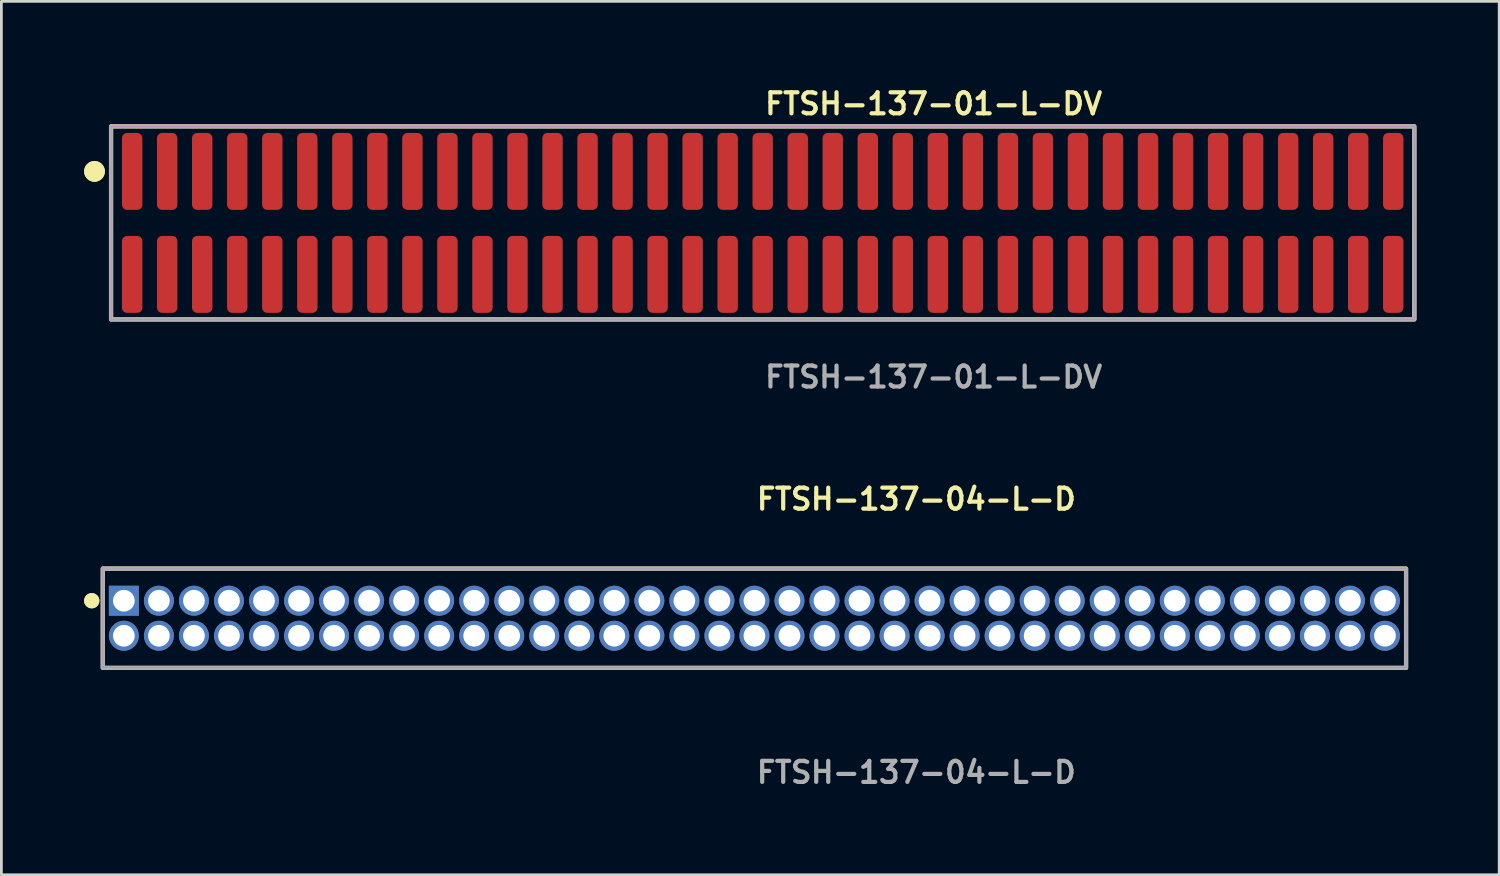
<source format=kicad_pcb>
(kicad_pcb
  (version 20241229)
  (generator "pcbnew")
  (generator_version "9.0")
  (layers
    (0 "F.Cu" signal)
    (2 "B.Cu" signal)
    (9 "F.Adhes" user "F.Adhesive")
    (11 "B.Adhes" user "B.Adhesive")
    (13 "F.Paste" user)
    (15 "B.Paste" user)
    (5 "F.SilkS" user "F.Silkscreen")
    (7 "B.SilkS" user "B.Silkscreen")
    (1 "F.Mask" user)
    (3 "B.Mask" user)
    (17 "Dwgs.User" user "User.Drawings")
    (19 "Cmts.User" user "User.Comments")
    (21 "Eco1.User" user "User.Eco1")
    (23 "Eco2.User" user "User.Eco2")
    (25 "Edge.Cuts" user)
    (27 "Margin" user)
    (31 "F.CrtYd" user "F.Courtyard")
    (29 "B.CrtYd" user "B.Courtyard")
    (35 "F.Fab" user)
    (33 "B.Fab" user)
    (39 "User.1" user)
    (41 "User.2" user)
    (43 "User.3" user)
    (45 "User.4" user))
  (footprint "FTSH-137-04-L-D"
    (layer "F.Cu")
    (at 24.301 19.364)
    (property "Reference" "FTSH-137-04-L-D" (at 0 -4.318 0) (unlocked yes) (layer "F.SilkS") (effects (font (size 0.762 0.762) (thickness 0.152)) (justify left)))
    (fp_rect (start -23.625 1.8) (end 23.625 -1.8) (stroke (width 0.152) (type solid)) (fill no) (layer "F.SilkS"))
    (fp_circle (center -24.025 -0.635) (end -24.225 -0.635) (stroke (width 0.152) (type solid)) (fill yes) (layer "F.SilkS"))
    (fp_circle (center -24.025 -0.635) (end -24.225 -0.635) (stroke (width 0.152) (type solid)) (fill yes) (layer "F.SilkS"))
    (fp_rect (start -23.625 1.8) (end 23.625 -1.8) (stroke (width 0.006) (type solid)) (fill no) (layer "F.CrtYd"))
    (fp_rect (start -23.625 1.8) (end 23.625 -1.8) (stroke (width 0.152) (type solid)) (fill no) (layer "F.Fab"))
    (fp_text user "${REFERENCE}" (at 0 5.588 0) (unlocked yes) (layer "F.Fab") (effects (font (size 0.762 0.762) (thickness 0.152)) (justify left)))
    (pad "1" thru_hole rect (at -22.86 -0.635) (size 1.087 1.087) (drill 0.787) (layers "*.Cu" "*.Mask"))
    (pad "2" thru_hole circle (at -22.86 0.635) (size 1.087 1.087) (drill 0.787) (layers "*.Cu" "*.Mask"))
    (pad "3" thru_hole circle (at -21.59 -0.635) (size 1.087 1.087) (drill 0.787) (layers "*.Cu" "*.Mask"))
    (pad "4" thru_hole circle (at -21.59 0.635) (size 1.087 1.087) (drill 0.787) (layers "*.Cu" "*.Mask"))
    (pad "5" thru_hole circle (at -20.32 -0.635) (size 1.087 1.087) (drill 0.787) (layers "*.Cu" "*.Mask"))
    (pad "6" thru_hole circle (at -20.32 0.635) (size 1.087 1.087) (drill 0.787) (layers "*.Cu" "*.Mask"))
    (pad "7" thru_hole circle (at -19.05 -0.635) (size 1.087 1.087) (drill 0.787) (layers "*.Cu" "*.Mask"))
    (pad "8" thru_hole circle (at -19.05 0.635) (size 1.087 1.087) (drill 0.787) (layers "*.Cu" "*.Mask"))
    (pad "9" thru_hole circle (at -17.78 -0.635) (size 1.087 1.087) (drill 0.787) (layers "*.Cu" "*.Mask"))
    (pad "10" thru_hole circle (at -17.78 0.635) (size 1.087 1.087) (drill 0.787) (layers "*.Cu" "*.Mask"))
    (pad "11" thru_hole circle (at -16.51 -0.635) (size 1.087 1.087) (drill 0.787) (layers "*.Cu" "*.Mask"))
    (pad "12" thru_hole circle (at -16.51 0.635) (size 1.087 1.087) (drill 0.787) (layers "*.Cu" "*.Mask"))
    (pad "13" thru_hole circle (at -15.24 -0.635) (size 1.087 1.087) (drill 0.787) (layers "*.Cu" "*.Mask"))
    (pad "14" thru_hole circle (at -15.24 0.635) (size 1.087 1.087) (drill 0.787) (layers "*.Cu" "*.Mask"))
    (pad "15" thru_hole circle (at -13.97 -0.635) (size 1.087 1.087) (drill 0.787) (layers "*.Cu" "*.Mask"))
    (pad "16" thru_hole circle (at -13.97 0.635) (size 1.087 1.087) (drill 0.787) (layers "*.Cu" "*.Mask"))
    (pad "17" thru_hole circle (at -12.7 -0.635) (size 1.087 1.087) (drill 0.787) (layers "*.Cu" "*.Mask"))
    (pad "18" thru_hole circle (at -12.7 0.635) (size 1.087 1.087) (drill 0.787) (layers "*.Cu" "*.Mask"))
    (pad "19" thru_hole circle (at -11.43 -0.635) (size 1.087 1.087) (drill 0.787) (layers "*.Cu" "*.Mask"))
    (pad "20" thru_hole circle (at -11.43 0.635) (size 1.087 1.087) (drill 0.787) (layers "*.Cu" "*.Mask"))
    (pad "21" thru_hole circle (at -10.16 -0.635) (size 1.087 1.087) (drill 0.787) (layers "*.Cu" "*.Mask"))
    (pad "22" thru_hole circle (at -10.16 0.635) (size 1.087 1.087) (drill 0.787) (layers "*.Cu" "*.Mask"))
    (pad "23" thru_hole circle (at -8.89 -0.635) (size 1.087 1.087) (drill 0.787) (layers "*.Cu" "*.Mask"))
    (pad "24" thru_hole circle (at -8.89 0.635) (size 1.087 1.087) (drill 0.787) (layers "*.Cu" "*.Mask"))
    (pad "25" thru_hole circle (at -7.62 -0.635) (size 1.087 1.087) (drill 0.787) (layers "*.Cu" "*.Mask"))
    (pad "26" thru_hole circle (at -7.62 0.635) (size 1.087 1.087) (drill 0.787) (layers "*.Cu" "*.Mask"))
    (pad "27" thru_hole circle (at -6.35 -0.635) (size 1.087 1.087) (drill 0.787) (layers "*.Cu" "*.Mask"))
    (pad "28" thru_hole circle (at -6.35 0.635) (size 1.087 1.087) (drill 0.787) (layers "*.Cu" "*.Mask"))
    (pad "29" thru_hole circle (at -5.08 -0.635) (size 1.087 1.087) (drill 0.787) (layers "*.Cu" "*.Mask"))
    (pad "30" thru_hole circle (at -5.08 0.635) (size 1.087 1.087) (drill 0.787) (layers "*.Cu" "*.Mask"))
    (pad "31" thru_hole circle (at -3.81 -0.635) (size 1.087 1.087) (drill 0.787) (layers "*.Cu" "*.Mask"))
    (pad "32" thru_hole circle (at -3.81 0.635) (size 1.087 1.087) (drill 0.787) (layers "*.Cu" "*.Mask"))
    (pad "33" thru_hole circle (at -2.54 -0.635) (size 1.087 1.087) (drill 0.787) (layers "*.Cu" "*.Mask"))
    (pad "34" thru_hole circle (at -2.54 0.635) (size 1.087 1.087) (drill 0.787) (layers "*.Cu" "*.Mask"))
    (pad "35" thru_hole circle (at -1.27 -0.635) (size 1.087 1.087) (drill 0.787) (layers "*.Cu" "*.Mask"))
    (pad "36" thru_hole circle (at -1.27 0.635) (size 1.087 1.087) (drill 0.787) (layers "*.Cu" "*.Mask"))
    (pad "37" thru_hole circle (at 0 -0.635) (size 1.087 1.087) (drill 0.787) (layers "*.Cu" "*.Mask"))
    (pad "38" thru_hole circle (at 0 0.635) (size 1.087 1.087) (drill 0.787) (layers "*.Cu" "*.Mask"))
    (pad "39" thru_hole circle (at 1.27 -0.635) (size 1.087 1.087) (drill 0.787) (layers "*.Cu" "*.Mask"))
    (pad "40" thru_hole circle (at 1.27 0.635) (size 1.087 1.087) (drill 0.787) (layers "*.Cu" "*.Mask"))
    (pad "41" thru_hole circle (at 2.54 -0.635) (size 1.087 1.087) (drill 0.787) (layers "*.Cu" "*.Mask"))
    (pad "42" thru_hole circle (at 2.54 0.635) (size 1.087 1.087) (drill 0.787) (layers "*.Cu" "*.Mask"))
    (pad "43" thru_hole circle (at 3.81 -0.635) (size 1.087 1.087) (drill 0.787) (layers "*.Cu" "*.Mask"))
    (pad "44" thru_hole circle (at 3.81 0.635) (size 1.087 1.087) (drill 0.787) (layers "*.Cu" "*.Mask"))
    (pad "45" thru_hole circle (at 5.08 -0.635) (size 1.087 1.087) (drill 0.787) (layers "*.Cu" "*.Mask"))
    (pad "46" thru_hole circle (at 5.08 0.635) (size 1.087 1.087) (drill 0.787) (layers "*.Cu" "*.Mask"))
    (pad "47" thru_hole circle (at 6.35 -0.635) (size 1.087 1.087) (drill 0.787) (layers "*.Cu" "*.Mask"))
    (pad "48" thru_hole circle (at 6.35 0.635) (size 1.087 1.087) (drill 0.787) (layers "*.Cu" "*.Mask"))
    (pad "49" thru_hole circle (at 7.62 -0.635) (size 1.087 1.087) (drill 0.787) (layers "*.Cu" "*.Mask"))
    (pad "50" thru_hole circle (at 7.62 0.635) (size 1.087 1.087) (drill 0.787) (layers "*.Cu" "*.Mask"))
    (pad "51" thru_hole circle (at 8.89 -0.635) (size 1.087 1.087) (drill 0.787) (layers "*.Cu" "*.Mask"))
    (pad "52" thru_hole circle (at 8.89 0.635) (size 1.087 1.087) (drill 0.787) (layers "*.Cu" "*.Mask"))
    (pad "53" thru_hole circle (at 10.16 -0.635) (size 1.087 1.087) (drill 0.787) (layers "*.Cu" "*.Mask"))
    (pad "54" thru_hole circle (at 10.16 0.635) (size 1.087 1.087) (drill 0.787) (layers "*.Cu" "*.Mask"))
    (pad "55" thru_hole circle (at 11.43 -0.635) (size 1.087 1.087) (drill 0.787) (layers "*.Cu" "*.Mask"))
    (pad "56" thru_hole circle (at 11.43 0.635) (size 1.087 1.087) (drill 0.787) (layers "*.Cu" "*.Mask"))
    (pad "57" thru_hole circle (at 12.7 -0.635) (size 1.087 1.087) (drill 0.787) (layers "*.Cu" "*.Mask"))
    (pad "58" thru_hole circle (at 12.7 0.635) (size 1.087 1.087) (drill 0.787) (layers "*.Cu" "*.Mask"))
    (pad "59" thru_hole circle (at 13.97 -0.635) (size 1.087 1.087) (drill 0.787) (layers "*.Cu" "*.Mask"))
    (pad "60" thru_hole circle (at 13.97 0.635) (size 1.087 1.087) (drill 0.787) (layers "*.Cu" "*.Mask"))
    (pad "61" thru_hole circle (at 15.24 -0.635) (size 1.087 1.087) (drill 0.787) (layers "*.Cu" "*.Mask"))
    (pad "62" thru_hole circle (at 15.24 0.635) (size 1.087 1.087) (drill 0.787) (layers "*.Cu" "*.Mask"))
    (pad "63" thru_hole circle (at 16.51 -0.635) (size 1.087 1.087) (drill 0.787) (layers "*.Cu" "*.Mask"))
    (pad "64" thru_hole circle (at 16.51 0.635) (size 1.087 1.087) (drill 0.787) (layers "*.Cu" "*.Mask"))
    (pad "65" thru_hole circle (at 17.78 -0.635) (size 1.087 1.087) (drill 0.787) (layers "*.Cu" "*.Mask"))
    (pad "66" thru_hole circle (at 17.78 0.635) (size 1.087 1.087) (drill 0.787) (layers "*.Cu" "*.Mask"))
    (pad "67" thru_hole circle (at 19.05 -0.635) (size 1.087 1.087) (drill 0.787) (layers "*.Cu" "*.Mask"))
    (pad "68" thru_hole circle (at 19.05 0.635) (size 1.087 1.087) (drill 0.787) (layers "*.Cu" "*.Mask"))
    (pad "69" thru_hole circle (at 20.32 -0.635) (size 1.087 1.087) (drill 0.787) (layers "*.Cu" "*.Mask"))
    (pad "70" thru_hole circle (at 20.32 0.635) (size 1.087 1.087) (drill 0.787) (layers "*.Cu" "*.Mask"))
    (pad "71" thru_hole circle (at 21.59 -0.635) (size 1.087 1.087) (drill 0.787) (layers "*.Cu" "*.Mask"))
    (pad "72" thru_hole circle (at 21.59 0.635) (size 1.087 1.087) (drill 0.787) (layers "*.Cu" "*.Mask"))
    (pad "73" thru_hole circle (at 22.86 -0.635) (size 1.087 1.087) (drill 0.787) (layers "*.Cu" "*.Mask"))
    (pad "74" thru_hole circle (at 22.86 0.635) (size 1.087 1.087) (drill 0.787) (layers "*.Cu" "*.Mask")))
  (footprint "FTSH-137-01-L-DV"
    (layer "F.Cu")
    (at 24.601 5.031)
    (property "Reference" "FTSH-137-01-L-DV" (at 0 -4.318 0) (unlocked yes) (layer "F.SilkS") (effects (font (size 0.762 0.762) (thickness 0.152)) (justify left)))
    (fp_rect (start -23.625 3.5) (end 23.625 -3.5) (stroke (width 0.152) (type solid)) (fill no) (layer "F.SilkS"))
    (fp_circle (center -24.225 -1.867) (end -24.525 -1.867) (stroke (width 0.152) (type solid)) (fill yes) (layer "F.SilkS"))
    (fp_circle (center -24.225 -1.867) (end -24.525 -1.867) (stroke (width 0.152) (type solid)) (fill yes) (layer "F.SilkS"))
    (fp_rect (start -23.625 3.5) (end 23.625 -3.5) (stroke (width 0.006) (type solid)) (fill no) (layer "F.CrtYd"))
    (fp_rect (start -23.625 3.5) (end 23.625 -3.5) (stroke (width 0.152) (type solid)) (fill no) (layer "F.Fab"))
    (fp_text user "${REFERENCE}" (at 0 5.588 0) (unlocked yes) (layer "F.Fab") (effects (font (size 0.762 0.762) (thickness 0.152)) (justify left)))
    (pad "1" smd roundrect (at -22.86 -1.867) (size 0.74 2.79) (layers "F.Cu" "F.Paste") (roundrect_rratio 0.25))
    (pad "2" smd roundrect (at -22.86 1.867) (size 0.74 2.79) (layers "F.Cu" "F.Paste") (roundrect_rratio 0.25))
    (pad "3" smd roundrect (at -21.59 -1.867) (size 0.74 2.79) (layers "F.Cu" "F.Paste") (roundrect_rratio 0.25))
    (pad "4" smd roundrect (at -21.59 1.867) (size 0.74 2.79) (layers "F.Cu" "F.Paste") (roundrect_rratio 0.25))
    (pad "5" smd roundrect (at -20.32 -1.867) (size 0.74 2.79) (layers "F.Cu" "F.Paste") (roundrect_rratio 0.25))
    (pad "6" smd roundrect (at -20.32 1.867) (size 0.74 2.79) (layers "F.Cu" "F.Paste") (roundrect_rratio 0.25))
    (pad "7" smd roundrect (at -19.05 -1.867) (size 0.74 2.79) (layers "F.Cu" "F.Paste") (roundrect_rratio 0.25))
    (pad "8" smd roundrect (at -19.05 1.867) (size 0.74 2.79) (layers "F.Cu" "F.Paste") (roundrect_rratio 0.25))
    (pad "9" smd roundrect (at -17.78 -1.867) (size 0.74 2.79) (layers "F.Cu" "F.Paste") (roundrect_rratio 0.25))
    (pad "10" smd roundrect (at -17.78 1.867) (size 0.74 2.79) (layers "F.Cu" "F.Paste") (roundrect_rratio 0.25))
    (pad "11" smd roundrect (at -16.51 -1.867) (size 0.74 2.79) (layers "F.Cu" "F.Paste") (roundrect_rratio 0.25))
    (pad "12" smd roundrect (at -16.51 1.867) (size 0.74 2.79) (layers "F.Cu" "F.Paste") (roundrect_rratio 0.25))
    (pad "13" smd roundrect (at -15.24 -1.867) (size 0.74 2.79) (layers "F.Cu" "F.Paste") (roundrect_rratio 0.25))
    (pad "14" smd roundrect (at -15.24 1.867) (size 0.74 2.79) (layers "F.Cu" "F.Paste") (roundrect_rratio 0.25))
    (pad "15" smd roundrect (at -13.97 -1.867) (size 0.74 2.79) (layers "F.Cu" "F.Paste") (roundrect_rratio 0.25))
    (pad "16" smd roundrect (at -13.97 1.867) (size 0.74 2.79) (layers "F.Cu" "F.Paste") (roundrect_rratio 0.25))
    (pad "17" smd roundrect (at -12.7 -1.867) (size 0.74 2.79) (layers "F.Cu" "F.Paste") (roundrect_rratio 0.25))
    (pad "18" smd roundrect (at -12.7 1.867) (size 0.74 2.79) (layers "F.Cu" "F.Paste") (roundrect_rratio 0.25))
    (pad "19" smd roundrect (at -11.43 -1.867) (size 0.74 2.79) (layers "F.Cu" "F.Paste") (roundrect_rratio 0.25))
    (pad "20" smd roundrect (at -11.43 1.867) (size 0.74 2.79) (layers "F.Cu" "F.Paste") (roundrect_rratio 0.25))
    (pad "21" smd roundrect (at -10.16 -1.867) (size 0.74 2.79) (layers "F.Cu" "F.Paste") (roundrect_rratio 0.25))
    (pad "22" smd roundrect (at -10.16 1.867) (size 0.74 2.79) (layers "F.Cu" "F.Paste") (roundrect_rratio 0.25))
    (pad "23" smd roundrect (at -8.89 -1.867) (size 0.74 2.79) (layers "F.Cu" "F.Paste") (roundrect_rratio 0.25))
    (pad "24" smd roundrect (at -8.89 1.867) (size 0.74 2.79) (layers "F.Cu" "F.Paste") (roundrect_rratio 0.25))
    (pad "25" smd roundrect (at -7.62 -1.867) (size 0.74 2.79) (layers "F.Cu" "F.Paste") (roundrect_rratio 0.25))
    (pad "26" smd roundrect (at -7.62 1.867) (size 0.74 2.79) (layers "F.Cu" "F.Paste") (roundrect_rratio 0.25))
    (pad "27" smd roundrect (at -6.35 -1.867) (size 0.74 2.79) (layers "F.Cu" "F.Paste") (roundrect_rratio 0.25))
    (pad "28" smd roundrect (at -6.35 1.867) (size 0.74 2.79) (layers "F.Cu" "F.Paste") (roundrect_rratio 0.25))
    (pad "29" smd roundrect (at -5.08 -1.867) (size 0.74 2.79) (layers "F.Cu" "F.Paste") (roundrect_rratio 0.25))
    (pad "30" smd roundrect (at -5.08 1.867) (size 0.74 2.79) (layers "F.Cu" "F.Paste") (roundrect_rratio 0.25))
    (pad "31" smd roundrect (at -3.81 -1.867) (size 0.74 2.79) (layers "F.Cu" "F.Paste") (roundrect_rratio 0.25))
    (pad "32" smd roundrect (at -3.81 1.867) (size 0.74 2.79) (layers "F.Cu" "F.Paste") (roundrect_rratio 0.25))
    (pad "33" smd roundrect (at -2.54 -1.867) (size 0.74 2.79) (layers "F.Cu" "F.Paste") (roundrect_rratio 0.25))
    (pad "34" smd roundrect (at -2.54 1.867) (size 0.74 2.79) (layers "F.Cu" "F.Paste") (roundrect_rratio 0.25))
    (pad "35" smd roundrect (at -1.27 -1.867) (size 0.74 2.79) (layers "F.Cu" "F.Paste") (roundrect_rratio 0.25))
    (pad "36" smd roundrect (at -1.27 1.867) (size 0.74 2.79) (layers "F.Cu" "F.Paste") (roundrect_rratio 0.25))
    (pad "37" smd roundrect (at 0 -1.867) (size 0.74 2.79) (layers "F.Cu" "F.Paste") (roundrect_rratio 0.25))
    (pad "38" smd roundrect (at 0 1.867) (size 0.74 2.79) (layers "F.Cu" "F.Paste") (roundrect_rratio 0.25))
    (pad "39" smd roundrect (at 1.27 -1.867) (size 0.74 2.79) (layers "F.Cu" "F.Paste") (roundrect_rratio 0.25))
    (pad "40" smd roundrect (at 1.27 1.867) (size 0.74 2.79) (layers "F.Cu" "F.Paste") (roundrect_rratio 0.25))
    (pad "41" smd roundrect (at 2.54 -1.867) (size 0.74 2.79) (layers "F.Cu" "F.Paste") (roundrect_rratio 0.25))
    (pad "42" smd roundrect (at 2.54 1.867) (size 0.74 2.79) (layers "F.Cu" "F.Paste") (roundrect_rratio 0.25))
    (pad "43" smd roundrect (at 3.81 -1.867) (size 0.74 2.79) (layers "F.Cu" "F.Paste") (roundrect_rratio 0.25))
    (pad "44" smd roundrect (at 3.81 1.867) (size 0.74 2.79) (layers "F.Cu" "F.Paste") (roundrect_rratio 0.25))
    (pad "45" smd roundrect (at 5.08 -1.867) (size 0.74 2.79) (layers "F.Cu" "F.Paste") (roundrect_rratio 0.25))
    (pad "46" smd roundrect (at 5.08 1.867) (size 0.74 2.79) (layers "F.Cu" "F.Paste") (roundrect_rratio 0.25))
    (pad "47" smd roundrect (at 6.35 -1.867) (size 0.74 2.79) (layers "F.Cu" "F.Paste") (roundrect_rratio 0.25))
    (pad "48" smd roundrect (at 6.35 1.867) (size 0.74 2.79) (layers "F.Cu" "F.Paste") (roundrect_rratio 0.25))
    (pad "49" smd roundrect (at 7.62 -1.867) (size 0.74 2.79) (layers "F.Cu" "F.Paste") (roundrect_rratio 0.25))
    (pad "50" smd roundrect (at 7.62 1.867) (size 0.74 2.79) (layers "F.Cu" "F.Paste") (roundrect_rratio 0.25))
    (pad "51" smd roundrect (at 8.89 -1.867) (size 0.74 2.79) (layers "F.Cu" "F.Paste") (roundrect_rratio 0.25))
    (pad "52" smd roundrect (at 8.89 1.867) (size 0.74 2.79) (layers "F.Cu" "F.Paste") (roundrect_rratio 0.25))
    (pad "53" smd roundrect (at 10.16 -1.867) (size 0.74 2.79) (layers "F.Cu" "F.Paste") (roundrect_rratio 0.25))
    (pad "54" smd roundrect (at 10.16 1.867) (size 0.74 2.79) (layers "F.Cu" "F.Paste") (roundrect_rratio 0.25))
    (pad "55" smd roundrect (at 11.43 -1.867) (size 0.74 2.79) (layers "F.Cu" "F.Paste") (roundrect_rratio 0.25))
    (pad "56" smd roundrect (at 11.43 1.867) (size 0.74 2.79) (layers "F.Cu" "F.Paste") (roundrect_rratio 0.25))
    (pad "57" smd roundrect (at 12.7 -1.867) (size 0.74 2.79) (layers "F.Cu" "F.Paste") (roundrect_rratio 0.25))
    (pad "58" smd roundrect (at 12.7 1.867) (size 0.74 2.79) (layers "F.Cu" "F.Paste") (roundrect_rratio 0.25))
    (pad "59" smd roundrect (at 13.97 -1.867) (size 0.74 2.79) (layers "F.Cu" "F.Paste") (roundrect_rratio 0.25))
    (pad "60" smd roundrect (at 13.97 1.867) (size 0.74 2.79) (layers "F.Cu" "F.Paste") (roundrect_rratio 0.25))
    (pad "61" smd roundrect (at 15.24 -1.867) (size 0.74 2.79) (layers "F.Cu" "F.Paste") (roundrect_rratio 0.25))
    (pad "62" smd roundrect (at 15.24 1.867) (size 0.74 2.79) (layers "F.Cu" "F.Paste") (roundrect_rratio 0.25))
    (pad "63" smd roundrect (at 16.51 -1.867) (size 0.74 2.79) (layers "F.Cu" "F.Paste") (roundrect_rratio 0.25))
    (pad "64" smd roundrect (at 16.51 1.867) (size 0.74 2.79) (layers "F.Cu" "F.Paste") (roundrect_rratio 0.25))
    (pad "65" smd roundrect (at 17.78 -1.867) (size 0.74 2.79) (layers "F.Cu" "F.Paste") (roundrect_rratio 0.25))
    (pad "66" smd roundrect (at 17.78 1.867) (size 0.74 2.79) (layers "F.Cu" "F.Paste") (roundrect_rratio 0.25))
    (pad "67" smd roundrect (at 19.05 -1.867) (size 0.74 2.79) (layers "F.Cu" "F.Paste") (roundrect_rratio 0.25))
    (pad "68" smd roundrect (at 19.05 1.867) (size 0.74 2.79) (layers "F.Cu" "F.Paste") (roundrect_rratio 0.25))
    (pad "69" smd roundrect (at 20.32 -1.867) (size 0.74 2.79) (layers "F.Cu" "F.Paste") (roundrect_rratio 0.25))
    (pad "70" smd roundrect (at 20.32 1.867) (size 0.74 2.79) (layers "F.Cu" "F.Paste") (roundrect_rratio 0.25))
    (pad "71" smd roundrect (at 21.59 -1.867) (size 0.74 2.79) (layers "F.Cu" "F.Paste") (roundrect_rratio 0.25))
    (pad "72" smd roundrect (at 21.59 1.867) (size 0.74 2.79) (layers "F.Cu" "F.Paste") (roundrect_rratio 0.25))
    (pad "73" smd roundrect (at 22.86 -1.867) (size 0.74 2.79) (layers "F.Cu" "F.Paste") (roundrect_rratio 0.25))
    (pad "74" smd roundrect (at 22.86 1.867) (size 0.74 2.79) (layers "F.Cu" "F.Paste") (roundrect_rratio 0.25)))
  (gr_rect
    (start -3 -3)
    (end 51.302 28.665)
    (stroke (width 0.1) (type default))
    (fill no)
    (layer "Edge.Cuts")))
</source>
